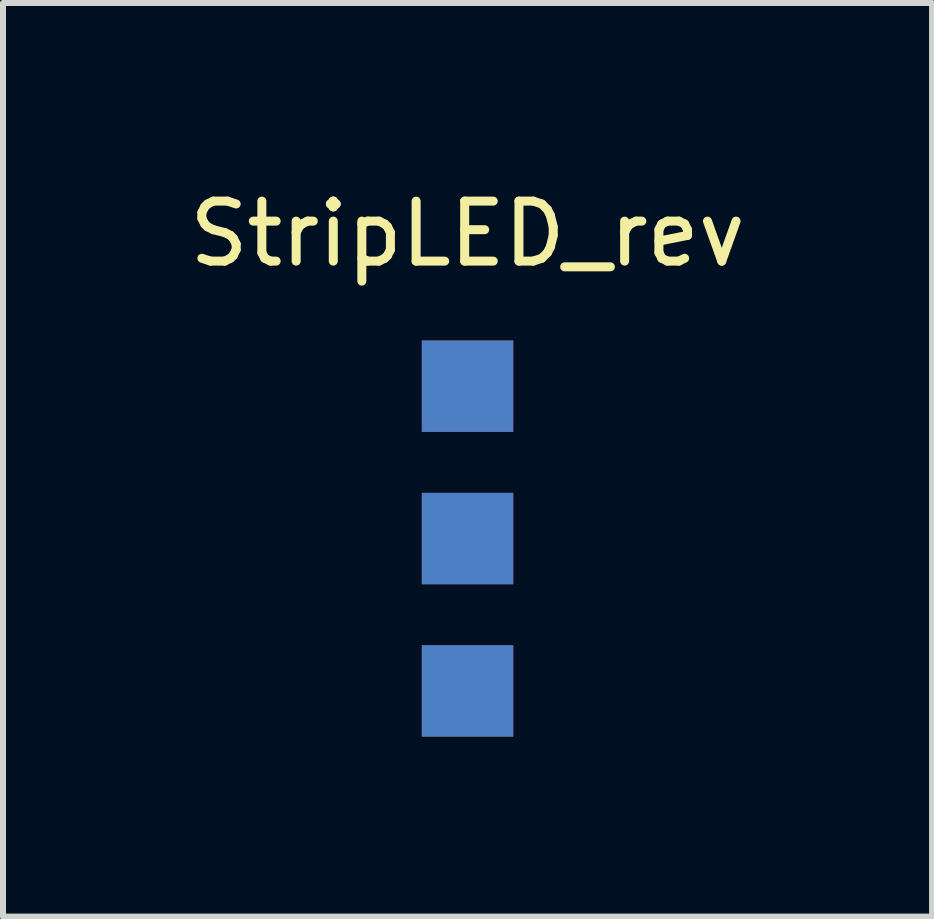
<source format=kicad_pcb>
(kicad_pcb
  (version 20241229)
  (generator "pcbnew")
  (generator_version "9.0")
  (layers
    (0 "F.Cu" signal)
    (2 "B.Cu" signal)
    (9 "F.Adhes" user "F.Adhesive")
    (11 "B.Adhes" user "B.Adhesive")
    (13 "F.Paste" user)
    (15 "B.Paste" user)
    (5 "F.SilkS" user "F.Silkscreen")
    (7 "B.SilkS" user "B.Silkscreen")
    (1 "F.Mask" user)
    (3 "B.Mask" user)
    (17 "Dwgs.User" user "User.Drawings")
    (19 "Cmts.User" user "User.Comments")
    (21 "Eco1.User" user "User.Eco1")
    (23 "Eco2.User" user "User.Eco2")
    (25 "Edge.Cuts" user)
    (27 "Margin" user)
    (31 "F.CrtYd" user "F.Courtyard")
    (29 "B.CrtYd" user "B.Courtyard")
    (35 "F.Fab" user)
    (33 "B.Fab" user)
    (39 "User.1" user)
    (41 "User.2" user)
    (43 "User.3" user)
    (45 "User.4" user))
  (footprint "StripLED_rev"
    (layer "F.Cu")
    (at 4.744 3.388)
    (property "Reference" "StripLED_rev" (at 0 -2.54 0) (layer "F.SilkS") (effects (font (size 1 1) (thickness 0.15))))
    (attr through_hole)
    (pad "1" smd rect (at 0 0) (size 1.524 1.524) (layers "F.Cu" "F.Mask" "F.Paste"))
    (pad "1" smd rect (at 0 5.08) (size 1.524 1.524) (layers "B.Cu" "B.Mask" "B.Paste"))
    (pad "2" smd rect (at 0 2.54) (size 1.524 1.524) (layers "F.Cu" "F.Mask" "F.Paste"))
    (pad "2" smd rect (at 0 2.54) (size 1.524 1.524) (layers "B.Cu" "B.Mask" "B.Paste"))
    (pad "3" smd rect (at 0 0) (size 1.524 1.524) (layers "B.Cu" "B.Mask" "B.Paste"))
    (pad "3" smd rect (at 0 5.08) (size 1.524 1.524) (layers "F.Cu" "F.Mask" "F.Paste")))
  (gr_rect
    (start -3 -3)
    (end 12.488 12.23)
    (stroke (width 0.1) (type default))
    (fill no)
    (layer "Edge.Cuts")))
</source>
